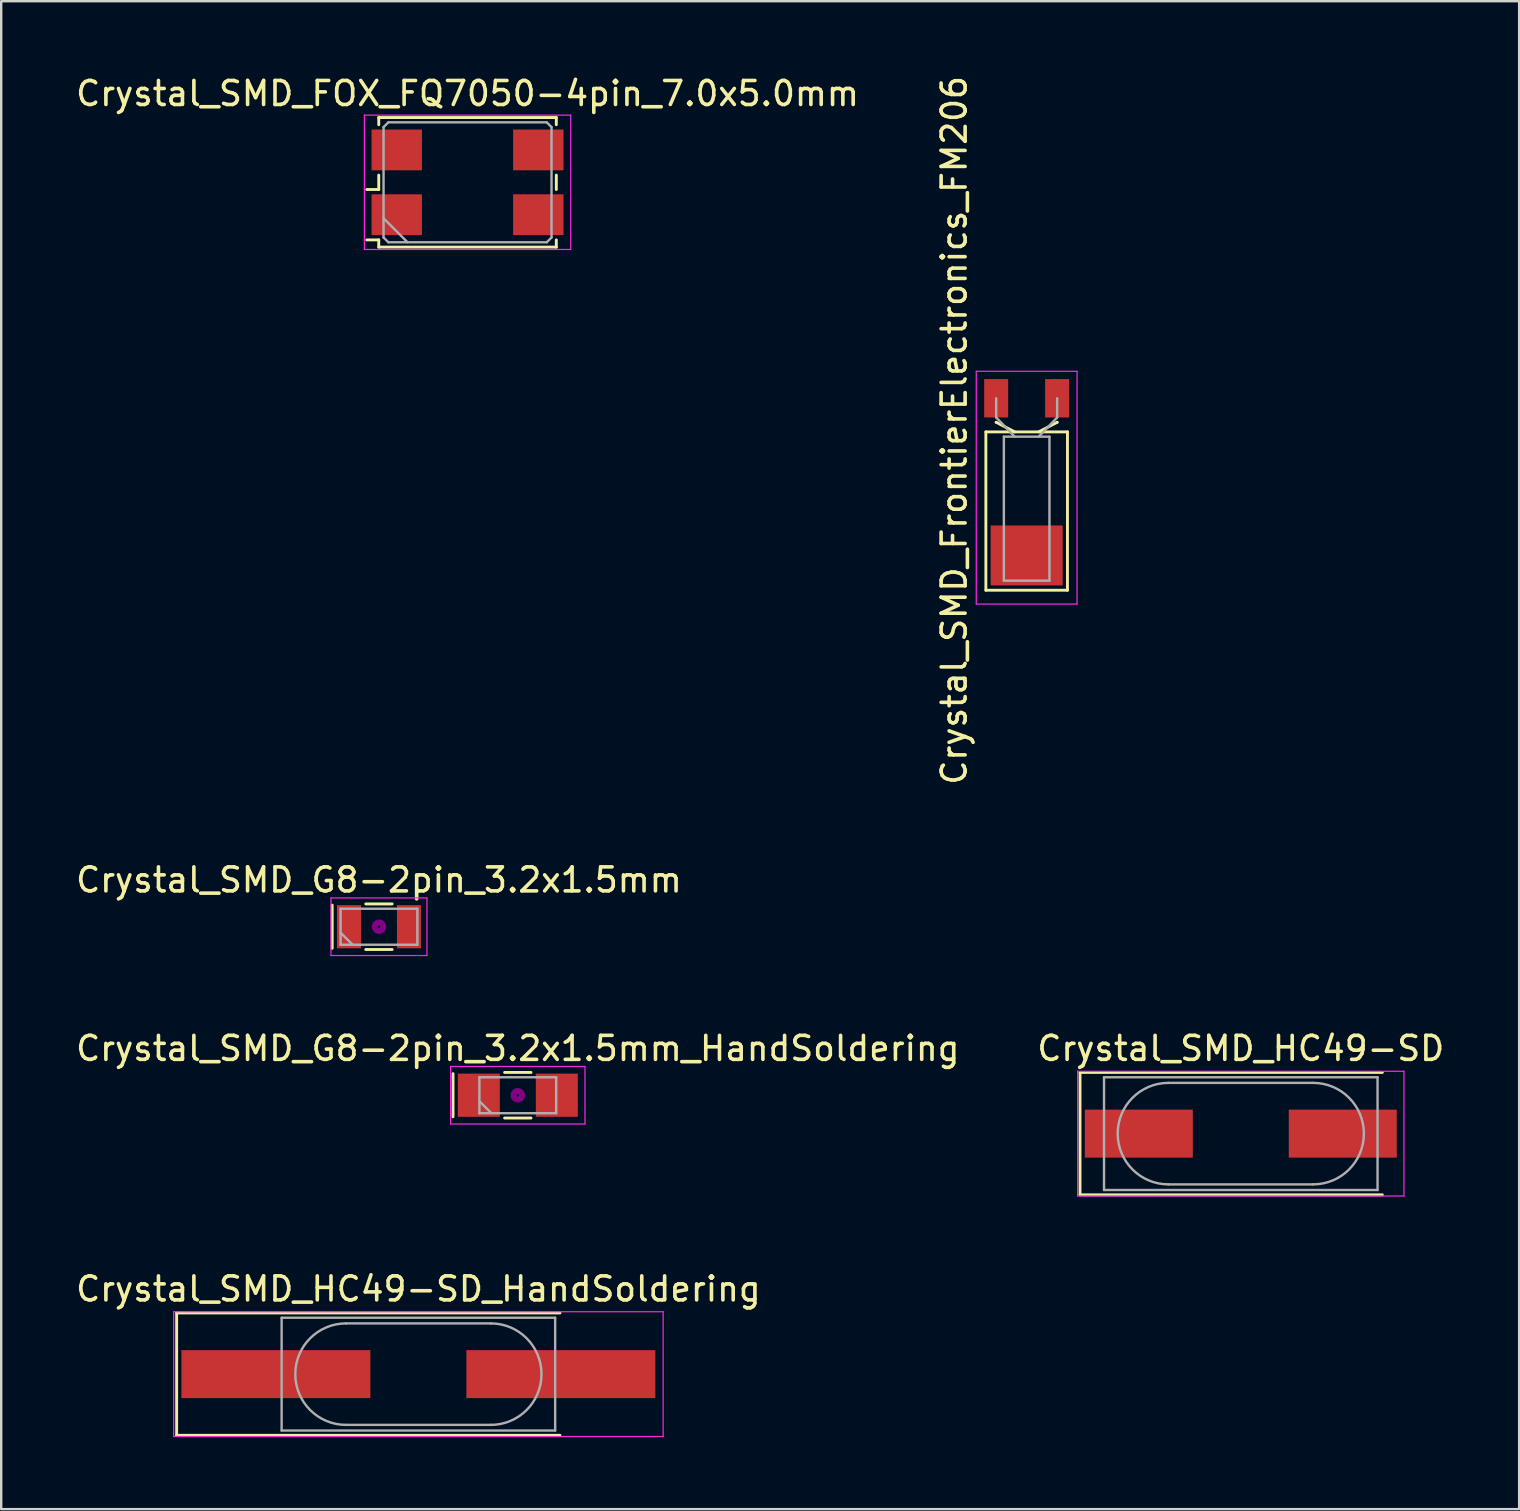
<source format=kicad_pcb>
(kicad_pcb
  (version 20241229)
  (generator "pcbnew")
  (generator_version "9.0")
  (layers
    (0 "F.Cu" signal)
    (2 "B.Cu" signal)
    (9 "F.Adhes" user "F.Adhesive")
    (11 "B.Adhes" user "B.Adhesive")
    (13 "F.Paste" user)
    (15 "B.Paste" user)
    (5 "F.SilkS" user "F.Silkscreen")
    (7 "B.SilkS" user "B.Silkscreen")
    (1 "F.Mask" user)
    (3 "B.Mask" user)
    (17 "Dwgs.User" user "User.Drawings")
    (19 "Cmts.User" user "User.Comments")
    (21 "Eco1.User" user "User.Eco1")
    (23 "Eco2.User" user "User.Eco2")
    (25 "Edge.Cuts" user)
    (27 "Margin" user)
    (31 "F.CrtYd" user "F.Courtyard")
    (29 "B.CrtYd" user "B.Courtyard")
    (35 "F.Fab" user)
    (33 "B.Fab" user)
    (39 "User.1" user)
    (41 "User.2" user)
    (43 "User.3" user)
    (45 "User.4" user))
  (footprint "Crystal_SMD_G8-2pin_3.2x1.5mm"
    (layer "F.Cu")
    (at 12.744 35.572)
    (property "Reference" "Crystal_SMD_G8-2pin_3.2x1.5mm" (at 0 -1.95 0) (layer "F.SilkS") (effects (font (size 1 1) (thickness 0.15))))
    (attr smd)
    (fp_line (start -1.95 -0.9) (end -1.95 0.9) (stroke (width 0.12) (type solid)) (layer "F.SilkS"))
    (fp_line (start -0.55 -0.95) (end 0.55 -0.95) (stroke (width 0.12) (type solid)) (layer "F.SilkS"))
    (fp_line (start -0.55 0.95) (end 0.55 0.95) (stroke (width 0.12) (type solid)) (layer "F.SilkS"))
    (fp_circle (center 0 0) (end 0.058 0) (stroke (width 0.117) (type solid)) (fill no) (layer "F.Adhes"))
    (fp_circle (center 0 0) (end 0.133 0) (stroke (width 0.083) (type solid)) (fill no) (layer "F.Adhes"))
    (fp_circle (center 0 0) (end 0.208 0) (stroke (width 0.083) (type solid)) (fill no) (layer "F.Adhes"))
    (fp_circle (center 0 0) (end 0.25 0) (stroke (width 0.1) (type solid)) (fill no) (layer "F.Adhes"))
    (fp_line (start -2 -1.2) (end -2 1.2) (stroke (width 0.05) (type solid)) (layer "F.CrtYd"))
    (fp_line (start -2 1.2) (end 2 1.2) (stroke (width 0.05) (type solid)) (layer "F.CrtYd"))
    (fp_line (start 2 -1.2) (end -2 -1.2) (stroke (width 0.05) (type solid)) (layer "F.CrtYd"))
    (fp_line (start 2 1.2) (end 2 -1.2) (stroke (width 0.05) (type solid)) (layer "F.CrtYd"))
    (fp_line (start -1.6 -0.75) (end -1.6 0.75) (stroke (width 0.1) (type solid)) (layer "F.Fab"))
    (fp_line (start -1.6 0.25) (end -1.1 0.75) (stroke (width 0.1) (type solid)) (layer "F.Fab"))
    (fp_line (start -1.6 0.75) (end 1.6 0.75) (stroke (width 0.1) (type solid)) (layer "F.Fab"))
    (fp_line (start 1.6 -0.75) (end -1.6 -0.75) (stroke (width 0.1) (type solid)) (layer "F.Fab"))
    (fp_line (start 1.6 0.75) (end 1.6 -0.75) (stroke (width 0.1) (type solid)) (layer "F.Fab"))
    (pad "1" smd rect (at -1.25 0) (size 1 1.8) (layers "F.Cu" "F.Mask"))
    (pad "2" smd rect (at 1.25 0) (size 1 1.8) (layers "F.Cu" "F.Mask")))
  (footprint "Crystal_SMD_FOX_FQ7050-4pin_7.0x5.0mm"
    (layer "F.Cu")
    (at 16.435 4.548)
    (property "Reference" "Crystal_SMD_FOX_FQ7050-4pin_7.0x5.0mm" (at 0 -3.7 0) (layer "F.SilkS") (effects (font (size 1 1) (thickness 0.15))))
    (attr smd)
    (fp_line (start -4.2 0.3) (end -3.7 0.3) (stroke (width 0.12) (type solid)) (layer "F.SilkS"))
    (fp_line (start -4.2 2.4) (end -3.7 2.4) (stroke (width 0.12) (type solid)) (layer "F.SilkS"))
    (fp_line (start -3.7 -2.7) (end 3.7 -2.7) (stroke (width 0.12) (type solid)) (layer "F.SilkS"))
    (fp_line (start -3.7 -2.4) (end -3.7 -2.7) (stroke (width 0.12) (type solid)) (layer "F.SilkS"))
    (fp_line (start -3.7 0.3) (end -3.7 -0.3) (stroke (width 0.12) (type solid)) (layer "F.SilkS"))
    (fp_line (start -3.7 2.4) (end -3.7 2.7) (stroke (width 0.12) (type solid)) (layer "F.SilkS"))
    (fp_line (start -3.7 2.7) (end 3.7 2.7) (stroke (width 0.12) (type solid)) (layer "F.SilkS"))
    (fp_line (start 3.7 -2.7) (end 3.7 -2.4) (stroke (width 0.12) (type solid)) (layer "F.SilkS"))
    (fp_line (start 3.7 -0.3) (end 3.7 0.3) (stroke (width 0.12) (type solid)) (layer "F.SilkS"))
    (fp_line (start 3.7 2.7) (end 3.7 2.4) (stroke (width 0.12) (type solid)) (layer "F.SilkS"))
    (fp_line (start -4.3 -2.8) (end -4.3 2.8) (stroke (width 0.05) (type solid)) (layer "F.CrtYd"))
    (fp_line (start -4.3 2.8) (end 4.3 2.8) (stroke (width 0.05) (type solid)) (layer "F.CrtYd"))
    (fp_line (start 4.3 -2.8) (end -4.3 -2.8) (stroke (width 0.05) (type solid)) (layer "F.CrtYd"))
    (fp_line (start 4.3 2.8) (end 4.3 -2.8) (stroke (width 0.05) (type solid)) (layer "F.CrtYd"))
    (fp_line (start -3.5 -2.3) (end -3.3 -2.5) (stroke (width 0.1) (type solid)) (layer "F.Fab"))
    (fp_line (start -3.5 1.5) (end -2.5 2.5) (stroke (width 0.1) (type solid)) (layer "F.Fab"))
    (fp_line (start -3.5 2.3) (end -3.5 -2.3) (stroke (width 0.1) (type solid)) (layer "F.Fab"))
    (fp_line (start -3.3 -2.5) (end 3.3 -2.5) (stroke (width 0.1) (type solid)) (layer "F.Fab"))
    (fp_line (start -3.3 2.5) (end -3.5 2.3) (stroke (width 0.1) (type solid)) (layer "F.Fab"))
    (fp_line (start 3.3 -2.5) (end 3.5 -2.3) (stroke (width 0.1) (type solid)) (layer "F.Fab"))
    (fp_line (start 3.3 2.5) (end -3.3 2.5) (stroke (width 0.1) (type solid)) (layer "F.Fab"))
    (fp_line (start 3.5 -2.3) (end 3.5 2.3) (stroke (width 0.1) (type solid)) (layer "F.Fab"))
    (fp_line (start 3.5 2.3) (end 3.3 2.5) (stroke (width 0.1) (type solid)) (layer "F.Fab"))
    (pad "1" smd rect (at -2.95 1.35) (size 2.1 1.7) (layers "F.Cu" "F.Mask"))
    (pad "2" smd rect (at 2.95 1.35) (size 2.1 1.7) (layers "F.Cu" "F.Mask"))
    (pad "3" smd rect (at 2.95 -1.35) (size 2.1 1.7) (layers "F.Cu" "F.Mask"))
    (pad "4" smd rect (at -2.95 -1.35) (size 2.1 1.7) (layers "F.Cu" "F.Mask")))
  (footprint "Crystal_SMD_FrontierElectronics_FM206"
    (layer "F.Cu")
    (at 39.737 16.824)
    (property "Reference" "Crystal_SMD_FrontierElectronics_FM206" (at -3.02 -1.938 90) (layer "F.SilkS") (effects (font (size 1 1) (thickness 0.15))))
    (attr smd)
    (fp_line (start -1.7 -1.875) (end -1.7 4.725) (stroke (width 0.12) (type solid)) (layer "F.SilkS"))
    (fp_line (start -1.7 4.725) (end 1.7 4.725) (stroke (width 0.12) (type solid)) (layer "F.SilkS"))
    (fp_line (start -1.27 -2.275) (end -1.27 -2.275) (stroke (width 0.12) (type solid)) (layer "F.SilkS"))
    (fp_line (start -0.5 -1.875) (end -1.27 -2.275) (stroke (width 0.12) (type solid)) (layer "F.SilkS"))
    (fp_line (start 0.5 -1.875) (end 1.27 -2.275) (stroke (width 0.12) (type solid)) (layer "F.SilkS"))
    (fp_line (start 1.27 -2.275) (end 1.27 -2.275) (stroke (width 0.12) (type solid)) (layer "F.SilkS"))
    (fp_line (start 1.7 -1.875) (end -1.7 -1.875) (stroke (width 0.12) (type solid)) (layer "F.SilkS"))
    (fp_line (start 1.7 4.725) (end 1.7 -1.875) (stroke (width 0.12) (type solid)) (layer "F.SilkS"))
    (fp_line (start -2.1 -4.4) (end -2.1 5.3) (stroke (width 0.05) (type solid)) (layer "F.CrtYd"))
    (fp_line (start -2.1 5.3) (end 2.1 5.3) (stroke (width 0.05) (type solid)) (layer "F.CrtYd"))
    (fp_line (start 2.1 -4.4) (end -2.1 -4.4) (stroke (width 0.05) (type solid)) (layer "F.CrtYd"))
    (fp_line (start 2.1 5.3) (end 2.1 -4.4) (stroke (width 0.05) (type solid)) (layer "F.CrtYd"))
    (fp_line (start -1.27 -2.475) (end -1.27 -3.275) (stroke (width 0.1) (type solid)) (layer "F.Fab"))
    (fp_line (start -0.95 -1.675) (end -0.95 4.325) (stroke (width 0.1) (type solid)) (layer "F.Fab"))
    (fp_line (start -0.95 4.325) (end 0.95 4.325) (stroke (width 0.1) (type solid)) (layer "F.Fab"))
    (fp_line (start -0.5 -1.675) (end -1.27 -2.475) (stroke (width 0.1) (type solid)) (layer "F.Fab"))
    (fp_line (start 0.5 -1.675) (end 1.27 -2.475) (stroke (width 0.1) (type solid)) (layer "F.Fab"))
    (fp_line (start 0.95 -1.675) (end -0.95 -1.675) (stroke (width 0.1) (type solid)) (layer "F.Fab"))
    (fp_line (start 0.95 4.325) (end 0.95 -1.675) (stroke (width 0.1) (type solid)) (layer "F.Fab"))
    (fp_line (start 1.27 -2.475) (end 1.27 -3.275) (stroke (width 0.1) (type solid)) (layer "F.Fab"))
    (pad "1" smd rect (at -1.27 -3.275) (size 1 1.6) (layers "F.Cu" "F.Mask"))
    (pad "2" smd rect (at 1.27 -3.275) (size 1 1.6) (layers "F.Cu" "F.Mask"))
    (pad "3" smd rect (at 0 3.275) (size 3 2.5) (layers "F.Cu" "F.Mask")))
  (footprint "Crystal_SMD_G8-2pin_3.2x1.5mm_HandSoldering"
    (layer "F.Cu")
    (at 18.53 42.595)
    (property "Reference" "Crystal_SMD_G8-2pin_3.2x1.5mm_HandSoldering" (at 0 -1.95 0) (layer "F.SilkS") (effects (font (size 1 1) (thickness 0.15))))
    (attr smd)
    (fp_line (start -2.7 -0.9) (end -2.7 0.9) (stroke (width 0.12) (type solid)) (layer "F.SilkS"))
    (fp_line (start -0.55 -0.95) (end 0.55 -0.95) (stroke (width 0.12) (type solid)) (layer "F.SilkS"))
    (fp_line (start -0.55 0.95) (end 0.55 0.95) (stroke (width 0.12) (type solid)) (layer "F.SilkS"))
    (fp_circle (center 0 0) (end 0.058 0) (stroke (width 0.117) (type solid)) (fill no) (layer "F.Adhes"))
    (fp_circle (center 0 0) (end 0.133 0) (stroke (width 0.083) (type solid)) (fill no) (layer "F.Adhes"))
    (fp_circle (center 0 0) (end 0.208 0) (stroke (width 0.083) (type solid)) (fill no) (layer "F.Adhes"))
    (fp_circle (center 0 0) (end 0.25 0) (stroke (width 0.1) (type solid)) (fill no) (layer "F.Adhes"))
    (fp_line (start -2.8 -1.2) (end -2.8 1.2) (stroke (width 0.05) (type solid)) (layer "F.CrtYd"))
    (fp_line (start -2.8 1.2) (end 2.8 1.2) (stroke (width 0.05) (type solid)) (layer "F.CrtYd"))
    (fp_line (start 2.8 -1.2) (end -2.8 -1.2) (stroke (width 0.05) (type solid)) (layer "F.CrtYd"))
    (fp_line (start 2.8 1.2) (end 2.8 -1.2) (stroke (width 0.05) (type solid)) (layer "F.CrtYd"))
    (fp_line (start -1.6 -0.75) (end -1.6 0.75) (stroke (width 0.1) (type solid)) (layer "F.Fab"))
    (fp_line (start -1.6 0.25) (end -1.1 0.75) (stroke (width 0.1) (type solid)) (layer "F.Fab"))
    (fp_line (start -1.6 0.75) (end 1.6 0.75) (stroke (width 0.1) (type solid)) (layer "F.Fab"))
    (fp_line (start 1.6 -0.75) (end -1.6 -0.75) (stroke (width 0.1) (type solid)) (layer "F.Fab"))
    (fp_line (start 1.6 0.75) (end 1.6 -0.75) (stroke (width 0.1) (type solid)) (layer "F.Fab"))
    (pad "1" smd rect (at -1.625 0) (size 1.75 1.8) (layers "F.Cu" "F.Mask"))
    (pad "2" smd rect (at 1.625 0) (size 1.75 1.8) (layers "F.Cu" "F.Mask")))
  (footprint "Crystal_SMD_HC49-SD"
    (layer "F.Cu")
    (at 48.661 44.195)
    (property "Reference" "Crystal_SMD_HC49-SD" (at 0 -3.55 0) (layer "F.SilkS") (effects (font (size 1 1) (thickness 0.15))))
    (attr smd)
    (fp_line (start -6.7 -2.55) (end -6.7 2.55) (stroke (width 0.12) (type solid)) (layer "F.SilkS"))
    (fp_line (start -6.7 2.55) (end 5.9 2.55) (stroke (width 0.12) (type solid)) (layer "F.SilkS"))
    (fp_line (start 5.9 -2.55) (end -6.7 -2.55) (stroke (width 0.12) (type solid)) (layer "F.SilkS"))
    (fp_line (start -6.8 -2.6) (end -6.8 2.6) (stroke (width 0.05) (type solid)) (layer "F.CrtYd"))
    (fp_line (start -6.8 2.6) (end 6.8 2.6) (stroke (width 0.05) (type solid)) (layer "F.CrtYd"))
    (fp_line (start 6.8 -2.6) (end -6.8 -2.6) (stroke (width 0.05) (type solid)) (layer "F.CrtYd"))
    (fp_line (start 6.8 2.6) (end 6.8 -2.6) (stroke (width 0.05) (type solid)) (layer "F.CrtYd"))
    (fp_line (start -5.7 -2.35) (end -5.7 2.35) (stroke (width 0.1) (type solid)) (layer "F.Fab"))
    (fp_line (start -5.7 2.35) (end 5.7 2.35) (stroke (width 0.1) (type solid)) (layer "F.Fab"))
    (fp_line (start -3.015 -2.115) (end 3.015 -2.115) (stroke (width 0.1) (type solid)) (layer "F.Fab"))
    (fp_line (start -3.015 2.115) (end 3.015 2.115) (stroke (width 0.1) (type solid)) (layer "F.Fab"))
    (fp_line (start 5.7 -2.35) (end -5.7 -2.35) (stroke (width 0.1) (type solid)) (layer "F.Fab"))
    (fp_line (start 5.7 2.35) (end 5.7 -2.35) (stroke (width 0.1) (type solid)) (layer "F.Fab"))
    (fp_arc (start -3.015 2.115) (mid -5.13 0) (end -3.015 -2.115) (stroke (width 0.1) (type solid)) (layer "F.Fab"))
    (fp_arc (start 3.015 -2.115) (mid 5.13 0) (end 3.015 2.115) (stroke (width 0.1) (type solid)) (layer "F.Fab"))
    (pad "1" smd rect (at -4.25 0) (size 4.5 2) (layers "F.Cu" "F.Mask"))
    (pad "2" smd rect (at 4.25 0) (size 4.5 2) (layers "F.Cu" "F.Mask")))
  (footprint "Crystal_SMD_HC49-SD_HandSoldering"
    (layer "F.Cu")
    (at 14.387 54.219)
    (property "Reference" "Crystal_SMD_HC49-SD_HandSoldering" (at 0 -3.55 0) (layer "F.SilkS") (effects (font (size 1 1) (thickness 0.15))))
    (attr smd)
    (fp_line (start -10.075 -2.55) (end -10.075 2.55) (stroke (width 0.12) (type solid)) (layer "F.SilkS"))
    (fp_line (start -10.075 2.55) (end 5.9 2.55) (stroke (width 0.12) (type solid)) (layer "F.SilkS"))
    (fp_line (start 5.9 -2.55) (end -10.075 -2.55) (stroke (width 0.12) (type solid)) (layer "F.SilkS"))
    (fp_line (start -10.2 -2.6) (end -10.2 2.6) (stroke (width 0.05) (type solid)) (layer "F.CrtYd"))
    (fp_line (start -10.2 2.6) (end 10.2 2.6) (stroke (width 0.05) (type solid)) (layer "F.CrtYd"))
    (fp_line (start 10.2 -2.6) (end -10.2 -2.6) (stroke (width 0.05) (type solid)) (layer "F.CrtYd"))
    (fp_line (start 10.2 2.6) (end 10.2 -2.6) (stroke (width 0.05) (type solid)) (layer "F.CrtYd"))
    (fp_line (start -5.7 -2.35) (end -5.7 2.35) (stroke (width 0.1) (type solid)) (layer "F.Fab"))
    (fp_line (start -5.7 2.35) (end 5.7 2.35) (stroke (width 0.1) (type solid)) (layer "F.Fab"))
    (fp_line (start -3.015 -2.115) (end 3.015 -2.115) (stroke (width 0.1) (type solid)) (layer "F.Fab"))
    (fp_line (start -3.015 2.115) (end 3.015 2.115) (stroke (width 0.1) (type solid)) (layer "F.Fab"))
    (fp_line (start 5.7 -2.35) (end -5.7 -2.35) (stroke (width 0.1) (type solid)) (layer "F.Fab"))
    (fp_line (start 5.7 2.35) (end 5.7 -2.35) (stroke (width 0.1) (type solid)) (layer "F.Fab"))
    (fp_arc (start -3.015 2.115) (mid -5.13 0) (end -3.015 -2.115) (stroke (width 0.1) (type solid)) (layer "F.Fab"))
    (fp_arc (start 3.015 -2.115) (mid 5.13 0) (end 3.015 2.115) (stroke (width 0.1) (type solid)) (layer "F.Fab"))
    (pad "1" smd rect (at -5.938 0) (size 7.875 2) (layers "F.Cu" "F.Mask"))
    (pad "2" smd rect (at 5.938 0) (size 7.875 2) (layers "F.Cu" "F.Mask")))
  (gr_rect
    (start -3 -3)
    (end 60.262 59.844)
    (stroke (width 0.1) (type default))
    (fill no)
    (layer "Edge.Cuts")))
</source>
